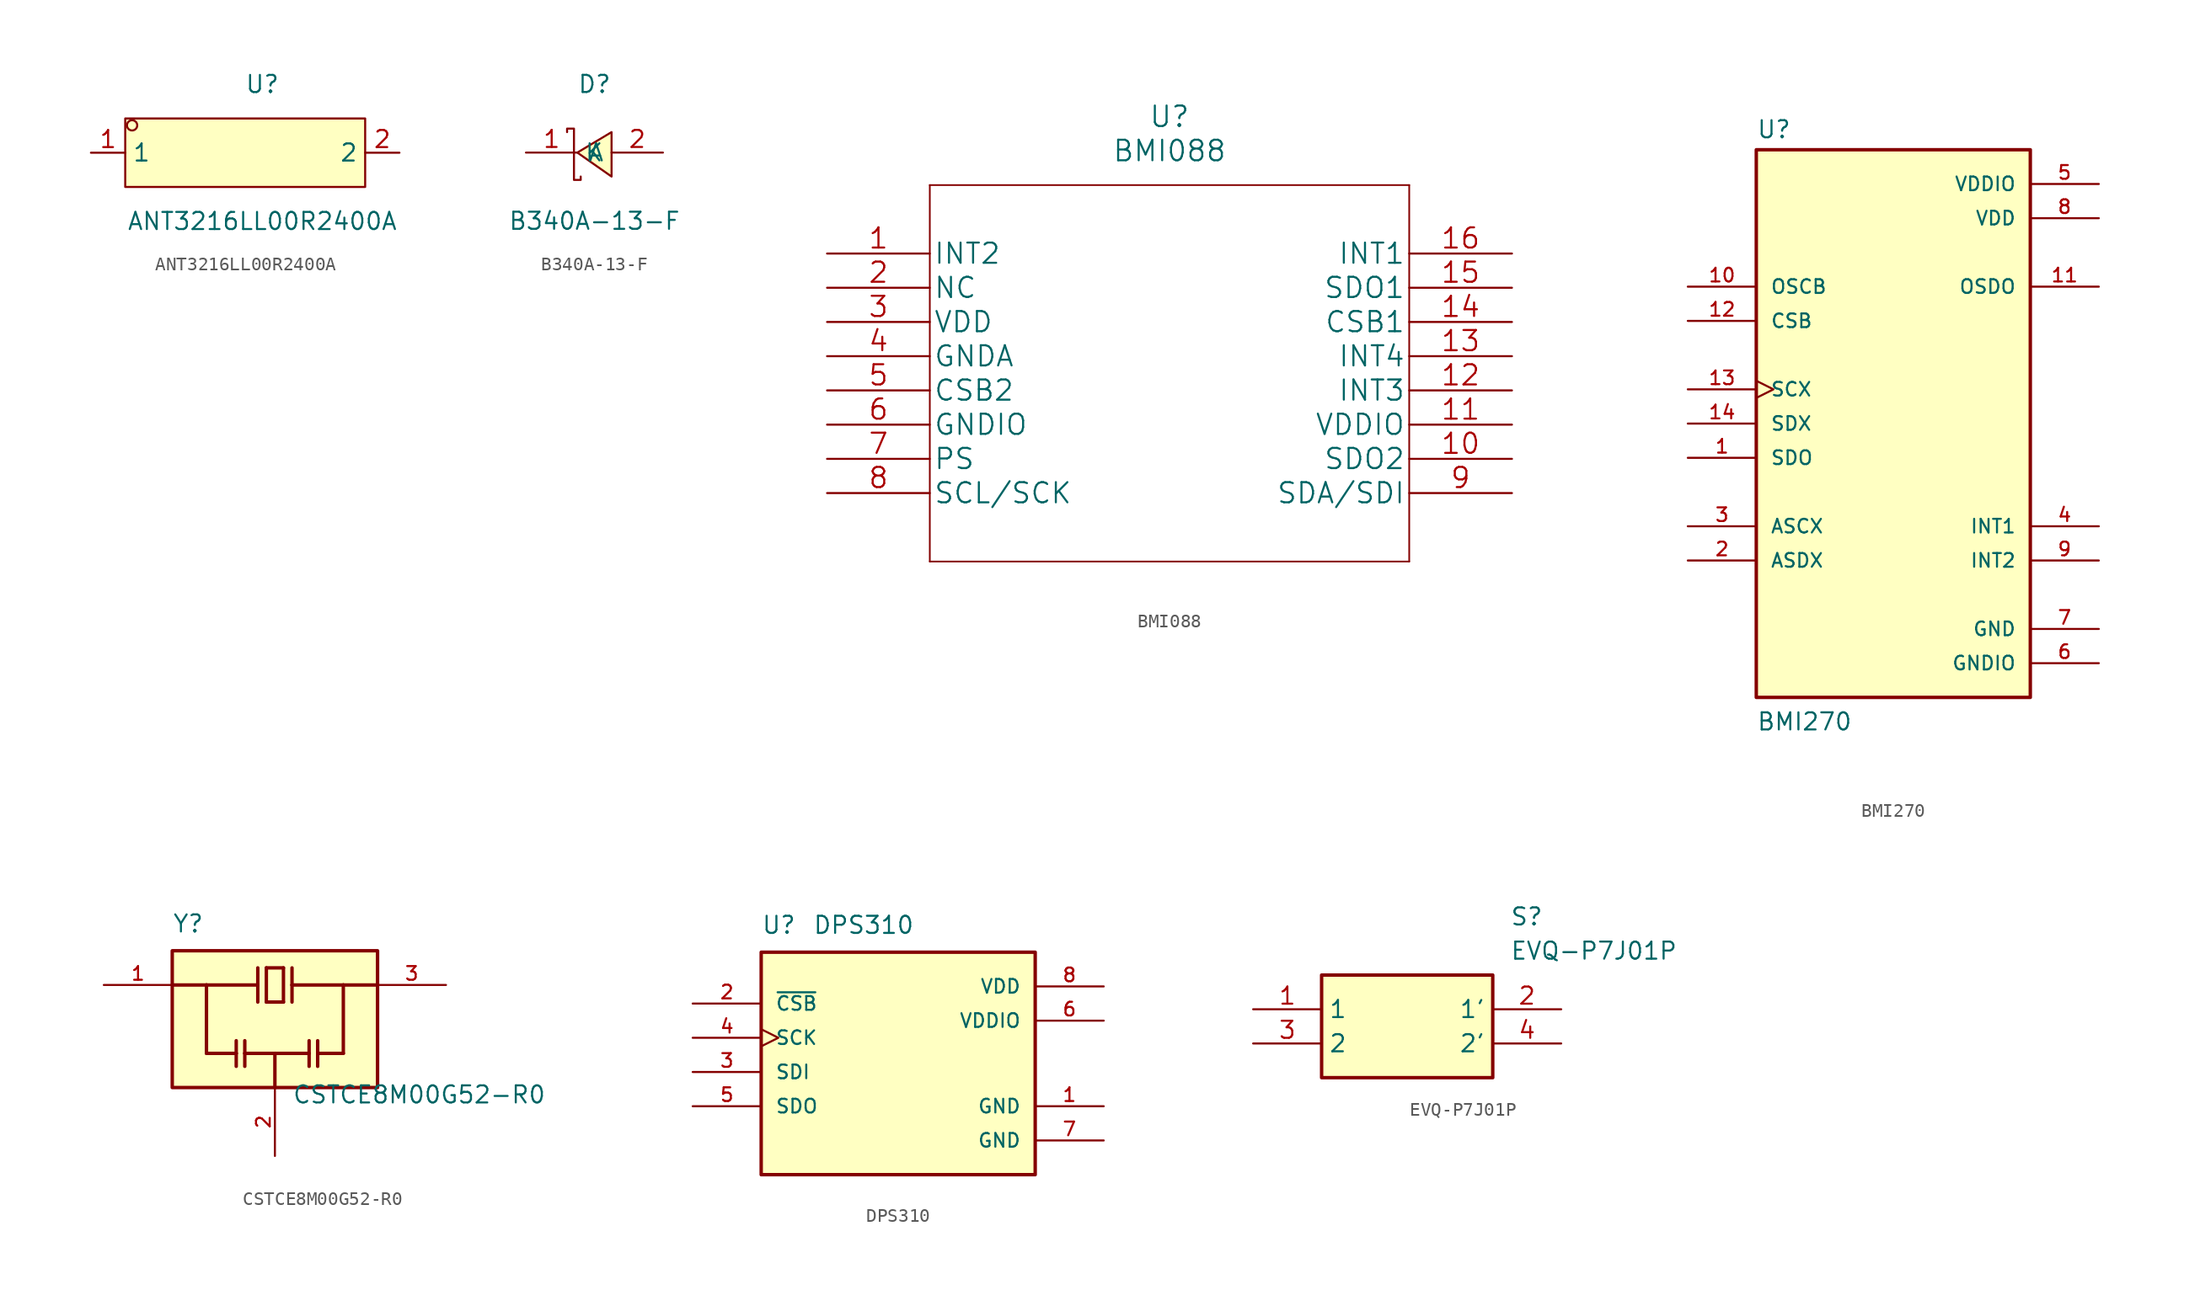
<source format=kicad_sym>
(kicad_symbol_lib
  (version 20231120)
  (generator "kicad_symbol_editor")
  (generator_version "8.0")
  (symbol "ANT3216LL00R2400A"
    (property "Reference" "U"
      (at 0 5.08 0)
      (effects (font (size 1.27 1.27))))
    (property "Value" "ANT3216LL00R2400A"
      (at 0 -5.08 0)
      (effects (font (size 1.27 1.27))))
    (symbol "ANT3216LL00R2400A_0_1"
      (rectangle (start -10.16 2.54) (end 7.62 -2.54) (stroke (width 0) (type default)) (fill (type background)))
      (circle (center -9.65 2.03) (radius 0.38) (stroke (width 0) (type default)) (fill (type none)))
      (pin unspecified line (at -12.7 0 0) (length 2.54) (name "1" (effects (font (size 1.27 1.27)))) (number "1" (effects (font (size 1.27 1.27)))))
      (pin unspecified line (at 10.16 0 180) (length 2.54) (name "2" (effects (font (size 1.27 1.27)))) (number "2" (effects (font (size 1.27 1.27)))))))
  (symbol "B340A-13-F"
    (property "Reference" "D"
      (at 0 5.08 0)
      (effects (font (size 1.27 1.27))))
    (property "Value" "B340A-13-F"
      (at 0 -5.08 0)
      (effects (font (size 1.27 1.27))))
    (symbol "B340A-13-F_0_1"
      (polyline (pts (xy 1.27 1.52) (xy -1.27 0) (xy 1.27 -1.78) (xy 1.27 1.52)) (stroke (width 0) (type default)) (fill (type background)))
      (polyline (pts (xy -2.03 1.52) (xy -2.03 1.78) (xy -1.52 1.78) (xy -1.52 -2.03) (xy -1.02 -2.03) (xy -1.02 -1.78)) (stroke (width 0) (type default)) (fill (type none)))
      (pin unspecified line (at -5.08 0 0) (length 3.81) (name "K" (effects (font (size 1.27 1.27)))) (number "1" (effects (font (size 1.27 1.27)))))
      (pin unspecified line (at 5.08 0 180) (length 3.81) (name "A" (effects (font (size 1.27 1.27)))) (number "2" (effects (font (size 1.27 1.27)))))))
  (symbol "BMI088"
    (pin_names
      (offset 0.254))
    (property "Reference" "U"
      (at 25.4 10.16 0)
      (effects (font (size 1.524 1.524))))
    (property "Value" "BMI088"
      (at 25.4 7.62 0)
      (effects (font (size 1.524 1.524))))
    (property "Datasheet" ""
      (at 0 0 0)
      (effects (font (size 1.524 1.524))))
    (property "ki_locked" ""
      (at 0 0 0)
      (effects (font (size 1.27 1.27))))
    (symbol "BMI088_1_1"
      (polyline (pts (xy 7.62 -22.86) (xy 43.18 -22.86)) (stroke (width 0.127) (type default)) (fill (type none)))
      (polyline (pts (xy 7.62 5.08) (xy 7.62 -22.86)) (stroke (width 0.127) (type default)) (fill (type none)))
      (polyline (pts (xy 43.18 -22.86) (xy 43.18 5.08)) (stroke (width 0.127) (type default)) (fill (type none)))
      (polyline (pts (xy 43.18 5.08) (xy 7.62 5.08)) (stroke (width 0.127) (type default)) (fill (type none)))
      (pin bidirectional line (at 0 0 0) (length 7.62) (name "INT2" (effects (font (size 1.499 1.499)))) (number "1" (effects (font (size 1.499 1.499)))))
      (pin bidirectional line (at 50.8 -15.24 180) (length 7.62) (name "SDO2" (effects (font (size 1.499 1.499)))) (number "10" (effects (font (size 1.499 1.499)))))
      (pin power_in line (at 50.8 -12.7 180) (length 7.62) (name "VDDIO" (effects (font (size 1.499 1.499)))) (number "11" (effects (font (size 1.499 1.499)))))
      (pin bidirectional line (at 50.8 -10.16 180) (length 7.62) (name "INT3" (effects (font (size 1.499 1.499)))) (number "12" (effects (font (size 1.499 1.499)))))
      (pin bidirectional line (at 50.8 -7.62 180) (length 7.62) (name "INT4" (effects (font (size 1.499 1.499)))) (number "13" (effects (font (size 1.499 1.499)))))
      (pin bidirectional line (at 50.8 -5.08 180) (length 7.62) (name "CSB1" (effects (font (size 1.499 1.499)))) (number "14" (effects (font (size 1.499 1.499)))))
      (pin bidirectional line (at 50.8 -2.54 180) (length 7.62) (name "SDO1" (effects (font (size 1.499 1.499)))) (number "15" (effects (font (size 1.499 1.499)))))
      (pin bidirectional line (at 50.8 0 180) (length 7.62) (name "INT1" (effects (font (size 1.499 1.499)))) (number "16" (effects (font (size 1.499 1.499)))))
      (pin passive line (at 0 -2.54 0) (length 7.62) (name "NC" (effects (font (size 1.499 1.499)))) (number "2" (effects (font (size 1.499 1.499)))))
      (pin power_in line (at 0 -5.08 0) (length 7.62) (name "VDD" (effects (font (size 1.499 1.499)))) (number "3" (effects (font (size 1.499 1.499)))))
      (pin power_in line (at 0 -7.62 0) (length 7.62) (name "GNDA" (effects (font (size 1.499 1.499)))) (number "4" (effects (font (size 1.499 1.499)))))
      (pin bidirectional line (at 0 -10.16 0) (length 7.62) (name "CSB2" (effects (font (size 1.499 1.499)))) (number "5" (effects (font (size 1.499 1.499)))))
      (pin power_in line (at 0 -12.7 0) (length 7.62) (name "GNDIO" (effects (font (size 1.499 1.499)))) (number "6" (effects (font (size 1.499 1.499)))))
      (pin power_in line (at 0 -15.24 0) (length 7.62) (name "PS" (effects (font (size 1.499 1.499)))) (number "7" (effects (font (size 1.499 1.499)))))
      (pin bidirectional line (at 0 -17.78 0) (length 7.62) (name "SCL/SCK" (effects (font (size 1.499 1.499)))) (number "8" (effects (font (size 1.499 1.499)))))
      (pin bidirectional line (at 50.8 -17.78 180) (length 7.62) (name "SDA/SDI" (effects (font (size 1.499 1.499)))) (number "9" (effects (font (size 1.499 1.499)))))))
  (symbol "BMI270"
    (pin_names
      (offset 1.016))
    (property "Reference" "U"
      (at -10.16 21.082 0)
      (effects (font (size 1.27 1.27)) (justify left bottom)))
    (property "Value" "BMI270"
      (at -10.16 -22.86 0)
      (effects (font (size 1.27 1.27)) (justify left bottom)))
    (symbol "BMI270_0_0"
      (rectangle (start -10.16 20.32) (end 10.16 -20.32) (stroke (width 0.254) (type default)) (fill (type background)))
      (pin bidirectional line (at -15.24 -2.54 0) (length 5.08) (name "SDO" (effects (font (size 1.016 1.016)))) (number "1" (effects (font (size 1.016 1.016)))))
      (pin input line (at -15.24 10.16 0) (length 5.08) (name "OSCB" (effects (font (size 1.016 1.016)))) (number "10" (effects (font (size 1.016 1.016)))))
      (pin output line (at 15.24 10.16 180) (length 5.08) (name "OSDO" (effects (font (size 1.016 1.016)))) (number "11" (effects (font (size 1.016 1.016)))))
      (pin input line (at -15.24 7.62 0) (length 5.08) (name "CSB" (effects (font (size 1.016 1.016)))) (number "12" (effects (font (size 1.016 1.016)))))
      (pin input clock (at -15.24 2.54 0) (length 5.08) (name "SCX" (effects (font (size 1.016 1.016)))) (number "13" (effects (font (size 1.016 1.016)))))
      (pin bidirectional line (at -15.24 0 0) (length 5.08) (name "SDX" (effects (font (size 1.016 1.016)))) (number "14" (effects (font (size 1.016 1.016)))))
      (pin bidirectional line (at -15.24 -10.16 0) (length 5.08) (name "ASDX" (effects (font (size 1.016 1.016)))) (number "2" (effects (font (size 1.016 1.016)))))
      (pin bidirectional line (at -15.24 -7.62 0) (length 5.08) (name "ASCX" (effects (font (size 1.016 1.016)))) (number "3" (effects (font (size 1.016 1.016)))))
      (pin bidirectional line (at 15.24 -7.62 180) (length 5.08) (name "INT1" (effects (font (size 1.016 1.016)))) (number "4" (effects (font (size 1.016 1.016)))))
      (pin power_in line (at 15.24 17.78 180) (length 5.08) (name "VDDIO" (effects (font (size 1.016 1.016)))) (number "5" (effects (font (size 1.016 1.016)))))
      (pin power_in line (at 15.24 -17.78 180) (length 5.08) (name "GNDIO" (effects (font (size 1.016 1.016)))) (number "6" (effects (font (size 1.016 1.016)))))
      (pin power_in line (at 15.24 -15.24 180) (length 5.08) (name "GND" (effects (font (size 1.016 1.016)))) (number "7" (effects (font (size 1.016 1.016)))))
      (pin power_in line (at 15.24 15.24 180) (length 5.08) (name "VDD" (effects (font (size 1.016 1.016)))) (number "8" (effects (font (size 1.016 1.016)))))
      (pin bidirectional line (at 15.24 -10.16 180) (length 5.08) (name "INT2" (effects (font (size 1.016 1.016)))) (number "9" (effects (font (size 1.016 1.016)))))))
  (symbol "CSTCE8M00G52-R0"
    (pin_names
      (offset 1.016) hide)
    (property "Reference" "Y"
      (at -7.62 6.35 0)
      (effects (font (size 1.27 1.27)) (justify left bottom)))
    (property "Value" "CSTCE8M00G52-R0"
      (at 1.27 -6.35 0)
      (effects (font (size 1.27 1.27)) (justify left bottom)))
    (property "ki_locked" ""
      (at 0 0 0)
      (effects (font (size 1.27 1.27))))
    (symbol "CSTCE8M00G52-R0_0_0"
      (rectangle (start -7.62 -5.08) (end 7.62 5.08) (stroke (width 0.254) (type default)) (fill (type background)))
      (polyline (pts (xy -7.62 2.54) (xy -5.08 2.54)) (stroke (width 0.254) (type default)) (fill (type none)))
      (polyline (pts (xy -5.08 -2.54) (xy -5.08 2.54)) (stroke (width 0.254) (type default)) (fill (type none)))
      (polyline (pts (xy -5.08 2.54) (xy -1.27 2.54)) (stroke (width 0.254) (type default)) (fill (type none)))
      (polyline (pts (xy -2.87 -2.54) (xy -5.08 -2.54)) (stroke (width 0.254) (type default)) (fill (type none)))
      (polyline (pts (xy -2.87 -2.54) (xy -2.87 -3.505)) (stroke (width 0.254) (type default)) (fill (type none)))
      (polyline (pts (xy -2.87 -1.6) (xy -2.87 -2.54)) (stroke (width 0.254) (type default)) (fill (type none)))
      (polyline (pts (xy -2.235 -2.54) (xy -2.235 -3.505)) (stroke (width 0.254) (type default)) (fill (type none)))
      (polyline (pts (xy -2.235 -1.6) (xy -2.235 -2.54)) (stroke (width 0.254) (type default)) (fill (type none)))
      (polyline (pts (xy -1.27 2.54) (xy -1.27 1.27)) (stroke (width 0.254) (type default)) (fill (type none)))
      (polyline (pts (xy -1.27 3.81) (xy -1.27 2.54)) (stroke (width 0.254) (type default)) (fill (type none)))
      (polyline (pts (xy -0.635 1.27) (xy -0.635 3.81)) (stroke (width 0.254) (type default)) (fill (type none)))
      (polyline (pts (xy -0.635 3.81) (xy 0.635 3.81)) (stroke (width 0.254) (type default)) (fill (type none)))
      (polyline (pts (xy 0 -5.08) (xy 0 -2.54)) (stroke (width 0.254) (type default)) (fill (type none)))
      (polyline (pts (xy 0 -2.54) (xy -2.235 -2.54)) (stroke (width 0.254) (type default)) (fill (type none)))
      (polyline (pts (xy 0 -2.54) (xy 2.54 -2.54)) (stroke (width 0.254) (type default)) (fill (type none)))
      (polyline (pts (xy 0.635 1.27) (xy -0.635 1.27)) (stroke (width 0.254) (type default)) (fill (type none)))
      (polyline (pts (xy 0.635 3.81) (xy 0.635 1.27)) (stroke (width 0.254) (type default)) (fill (type none)))
      (polyline (pts (xy 1.27 2.54) (xy 1.27 1.27)) (stroke (width 0.254) (type default)) (fill (type none)))
      (polyline (pts (xy 1.27 2.54) (xy 5.08 2.54)) (stroke (width 0.254) (type default)) (fill (type none)))
      (polyline (pts (xy 1.27 3.81) (xy 1.27 2.54)) (stroke (width 0.254) (type default)) (fill (type none)))
      (polyline (pts (xy 2.54 -2.54) (xy 2.54 -3.505)) (stroke (width 0.254) (type default)) (fill (type none)))
      (polyline (pts (xy 2.54 -1.6) (xy 2.54 -2.54)) (stroke (width 0.254) (type default)) (fill (type none)))
      (polyline (pts (xy 3.175 -2.54) (xy 3.175 -3.505)) (stroke (width 0.254) (type default)) (fill (type none)))
      (polyline (pts (xy 3.175 -2.54) (xy 5.08 -2.54)) (stroke (width 0.254) (type default)) (fill (type none)))
      (polyline (pts (xy 3.175 -1.6) (xy 3.175 -2.54)) (stroke (width 0.254) (type default)) (fill (type none)))
      (polyline (pts (xy 5.08 -2.54) (xy 5.08 2.54)) (stroke (width 0.254) (type default)) (fill (type none)))
      (polyline (pts (xy 5.08 2.54) (xy 7.62 2.54)) (stroke (width 0.254) (type default)) (fill (type none)))
      (pin bidirectional line (at -12.7 2.54 0) (length 5.08) (name "~" (effects (font (size 1.016 1.016)))) (number "1" (effects (font (size 1.016 1.016)))))
      (pin power_in line (at 0 -10.16 90) (length 5.08) (name "~" (effects (font (size 1.016 1.016)))) (number "2" (effects (font (size 1.016 1.016)))))
      (pin bidirectional line (at 12.7 2.54 180) (length 5.08) (name "~" (effects (font (size 1.016 1.016)))) (number "3" (effects (font (size 1.016 1.016)))))))
  (symbol "DPS310"
    (pin_names
      (offset 1.016))
    (property "Reference" "U"
      (at -10.16 13.97 0)
      (effects (font (size 1.27 1.27)) (justify left bottom)))
    (property "Value" "DPS310"
      (at -6.35 13.97 0)
      (effects (font (size 1.27 1.27)) (justify left bottom)))
    (property "ki_locked" ""
      (at 0 0 0)
      (effects (font (size 1.27 1.27))))
    (symbol "DPS310_0_0"
      (rectangle (start -10.16 12.7) (end 10.16 -3.81) (stroke (width 0.254) (type default)) (fill (type background)))
      (pin power_in line (at 15.24 1.27 180) (length 5.08) (name "GND" (effects (font (size 1.016 1.016)))) (number "1" (effects (font (size 1.016 1.016)))))
      (pin input line (at -15.24 8.89 0) (length 5.08) (name "~{CSB}" (effects (font (size 1.016 1.016)))) (number "2" (effects (font (size 1.016 1.016)))))
      (pin bidirectional line (at -15.24 3.81 0) (length 5.08) (name "SDI" (effects (font (size 1.016 1.016)))) (number "3" (effects (font (size 1.016 1.016)))))
      (pin input clock (at -15.24 6.35 0) (length 5.08) (name "SCK" (effects (font (size 1.016 1.016)))) (number "4" (effects (font (size 1.016 1.016)))))
      (pin passive line (at -15.24 1.27 0) (length 5.08) (name "SDO" (effects (font (size 1.016 1.016)))) (number "5" (effects (font (size 1.016 1.016)))))
      (pin power_in line (at 15.24 7.62 180) (length 5.08) (name "VDDIO" (effects (font (size 1.016 1.016)))) (number "6" (effects (font (size 1.016 1.016)))))
      (pin power_in line (at 15.24 -1.27 180) (length 5.08) (name "GND" (effects (font (size 1.016 1.016)))) (number "7" (effects (font (size 1.016 1.016)))))
      (pin power_in line (at 15.24 10.16 180) (length 5.08) (name "VDD" (effects (font (size 1.016 1.016)))) (number "8" (effects (font (size 1.016 1.016)))))))
  (symbol "EVQ-P7J01P"
    (property "Reference" "S"
      (at 19.05 7.62 0)
      (effects (font (size 1.27 1.27)) (justify left top)))
    (property "Value" "EVQ-P7J01P"
      (at 19.05 5.08 0)
      (effects (font (size 1.27 1.27)) (justify left top)))
    (symbol "EVQ-P7J01P_1_1"
      (rectangle (start 5.08 2.54) (end 17.78 -5.08) (stroke (width 0.254) (type default)) (fill (type background)))
      (pin passive line (at 0 0 0) (length 5.08) (name "1" (effects (font (size 1.27 1.27)))) (number "1" (effects (font (size 1.27 1.27)))))
      (pin passive line (at 22.86 0 180) (length 5.08) (name "1'" (effects (font (size 1.27 1.27)))) (number "2" (effects (font (size 1.27 1.27)))))
      (pin passive line (at 0 -2.54 0) (length 5.08) (name "2" (effects (font (size 1.27 1.27)))) (number "3" (effects (font (size 1.27 1.27)))))
      (pin passive line (at 22.86 -2.54 180) (length 5.08) (name "2'" (effects (font (size 1.27 1.27)))) (number "4" (effects (font (size 1.27 1.27))))))))
</source>
